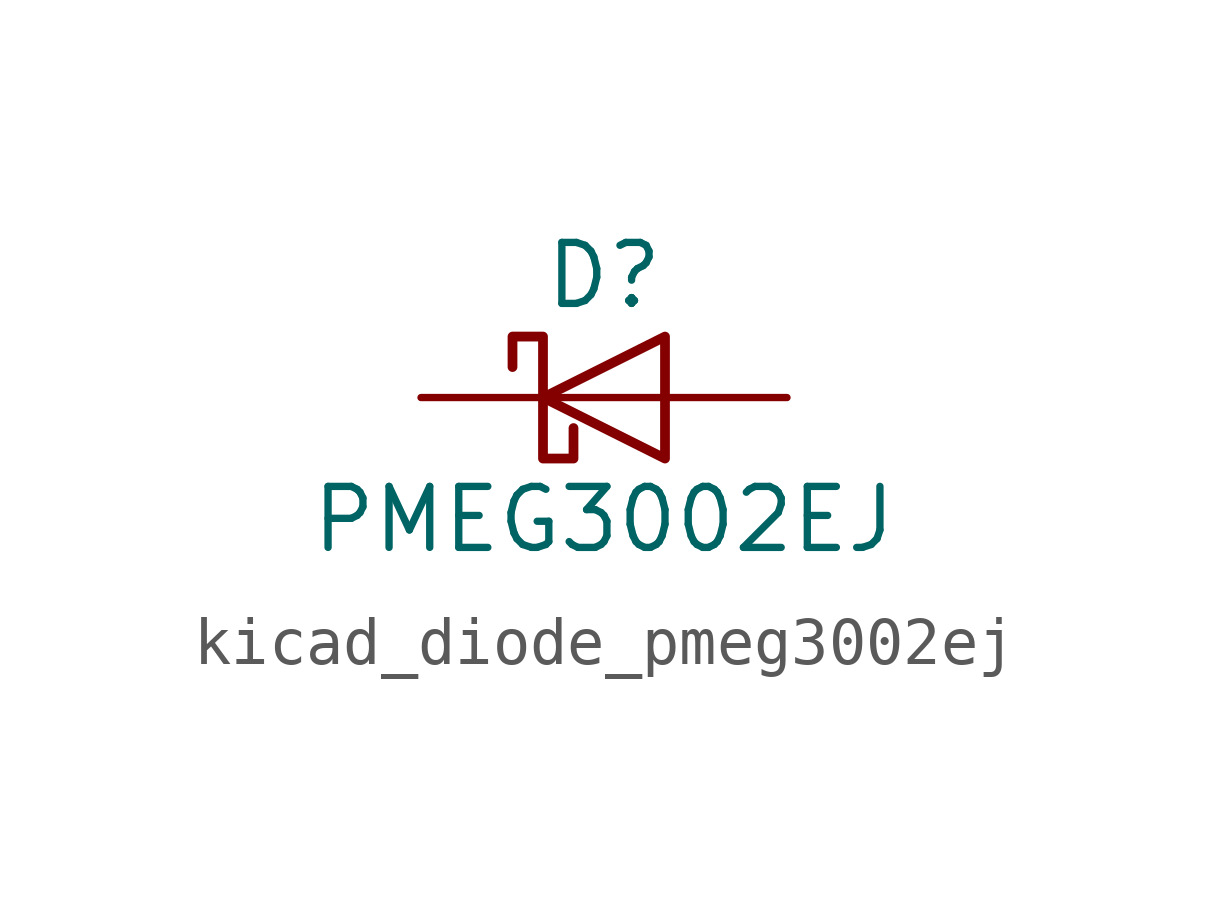
<source format=kicad_sym>
(kicad_symbol_lib
  (version 20220914)
  (generator kicad_symbol_editor)
  (symbol "kicad_diode_pmeg3002ej"
    (pin_numbers hide)
    (pin_names hide)
    (property "Reference" "D"
      (at 0 2.54 0)
      (effects (font (size 1.27 1.27))))
    (property "Value" "PMEG3002EJ"
      (at 0 -2.54 0)
      (effects (font (size 1.27 1.27))))
    (symbol "kicad_diode_pmeg3002ej_0_1"
      (polyline (pts (xy 1.27 0) (xy -1.27 0)) (stroke (width 0) (type default)) (fill (type none)))
      (polyline (pts (xy 1.27 1.27) (xy 1.27 -1.27) (xy -1.27 0) (xy 1.27 1.27)) (stroke (width 0.203) (type default)) (fill (type none)))
      (polyline (pts (xy -1.905 0.635) (xy -1.905 1.27) (xy -1.27 1.27) (xy -1.27 -1.27) (xy -0.635 -1.27) (xy -0.635 -0.635)) (stroke (width 0.203) (type default)) (fill (type none))))
    (symbol "kicad_diode_pmeg3002ej_1_1"
      (pin passive line (at -3.81 0 0) (length 2.54) (name "K" (effects (font (size 1.27 1.27)))) (number "1" (effects (font (size 1.27 1.27)))))
      (pin passive line (at 3.81 0 180) (length 2.54) (name "A" (effects (font (size 1.27 1.27)))) (number "2" (effects (font (size 1.27 1.27))))))))
</source>
